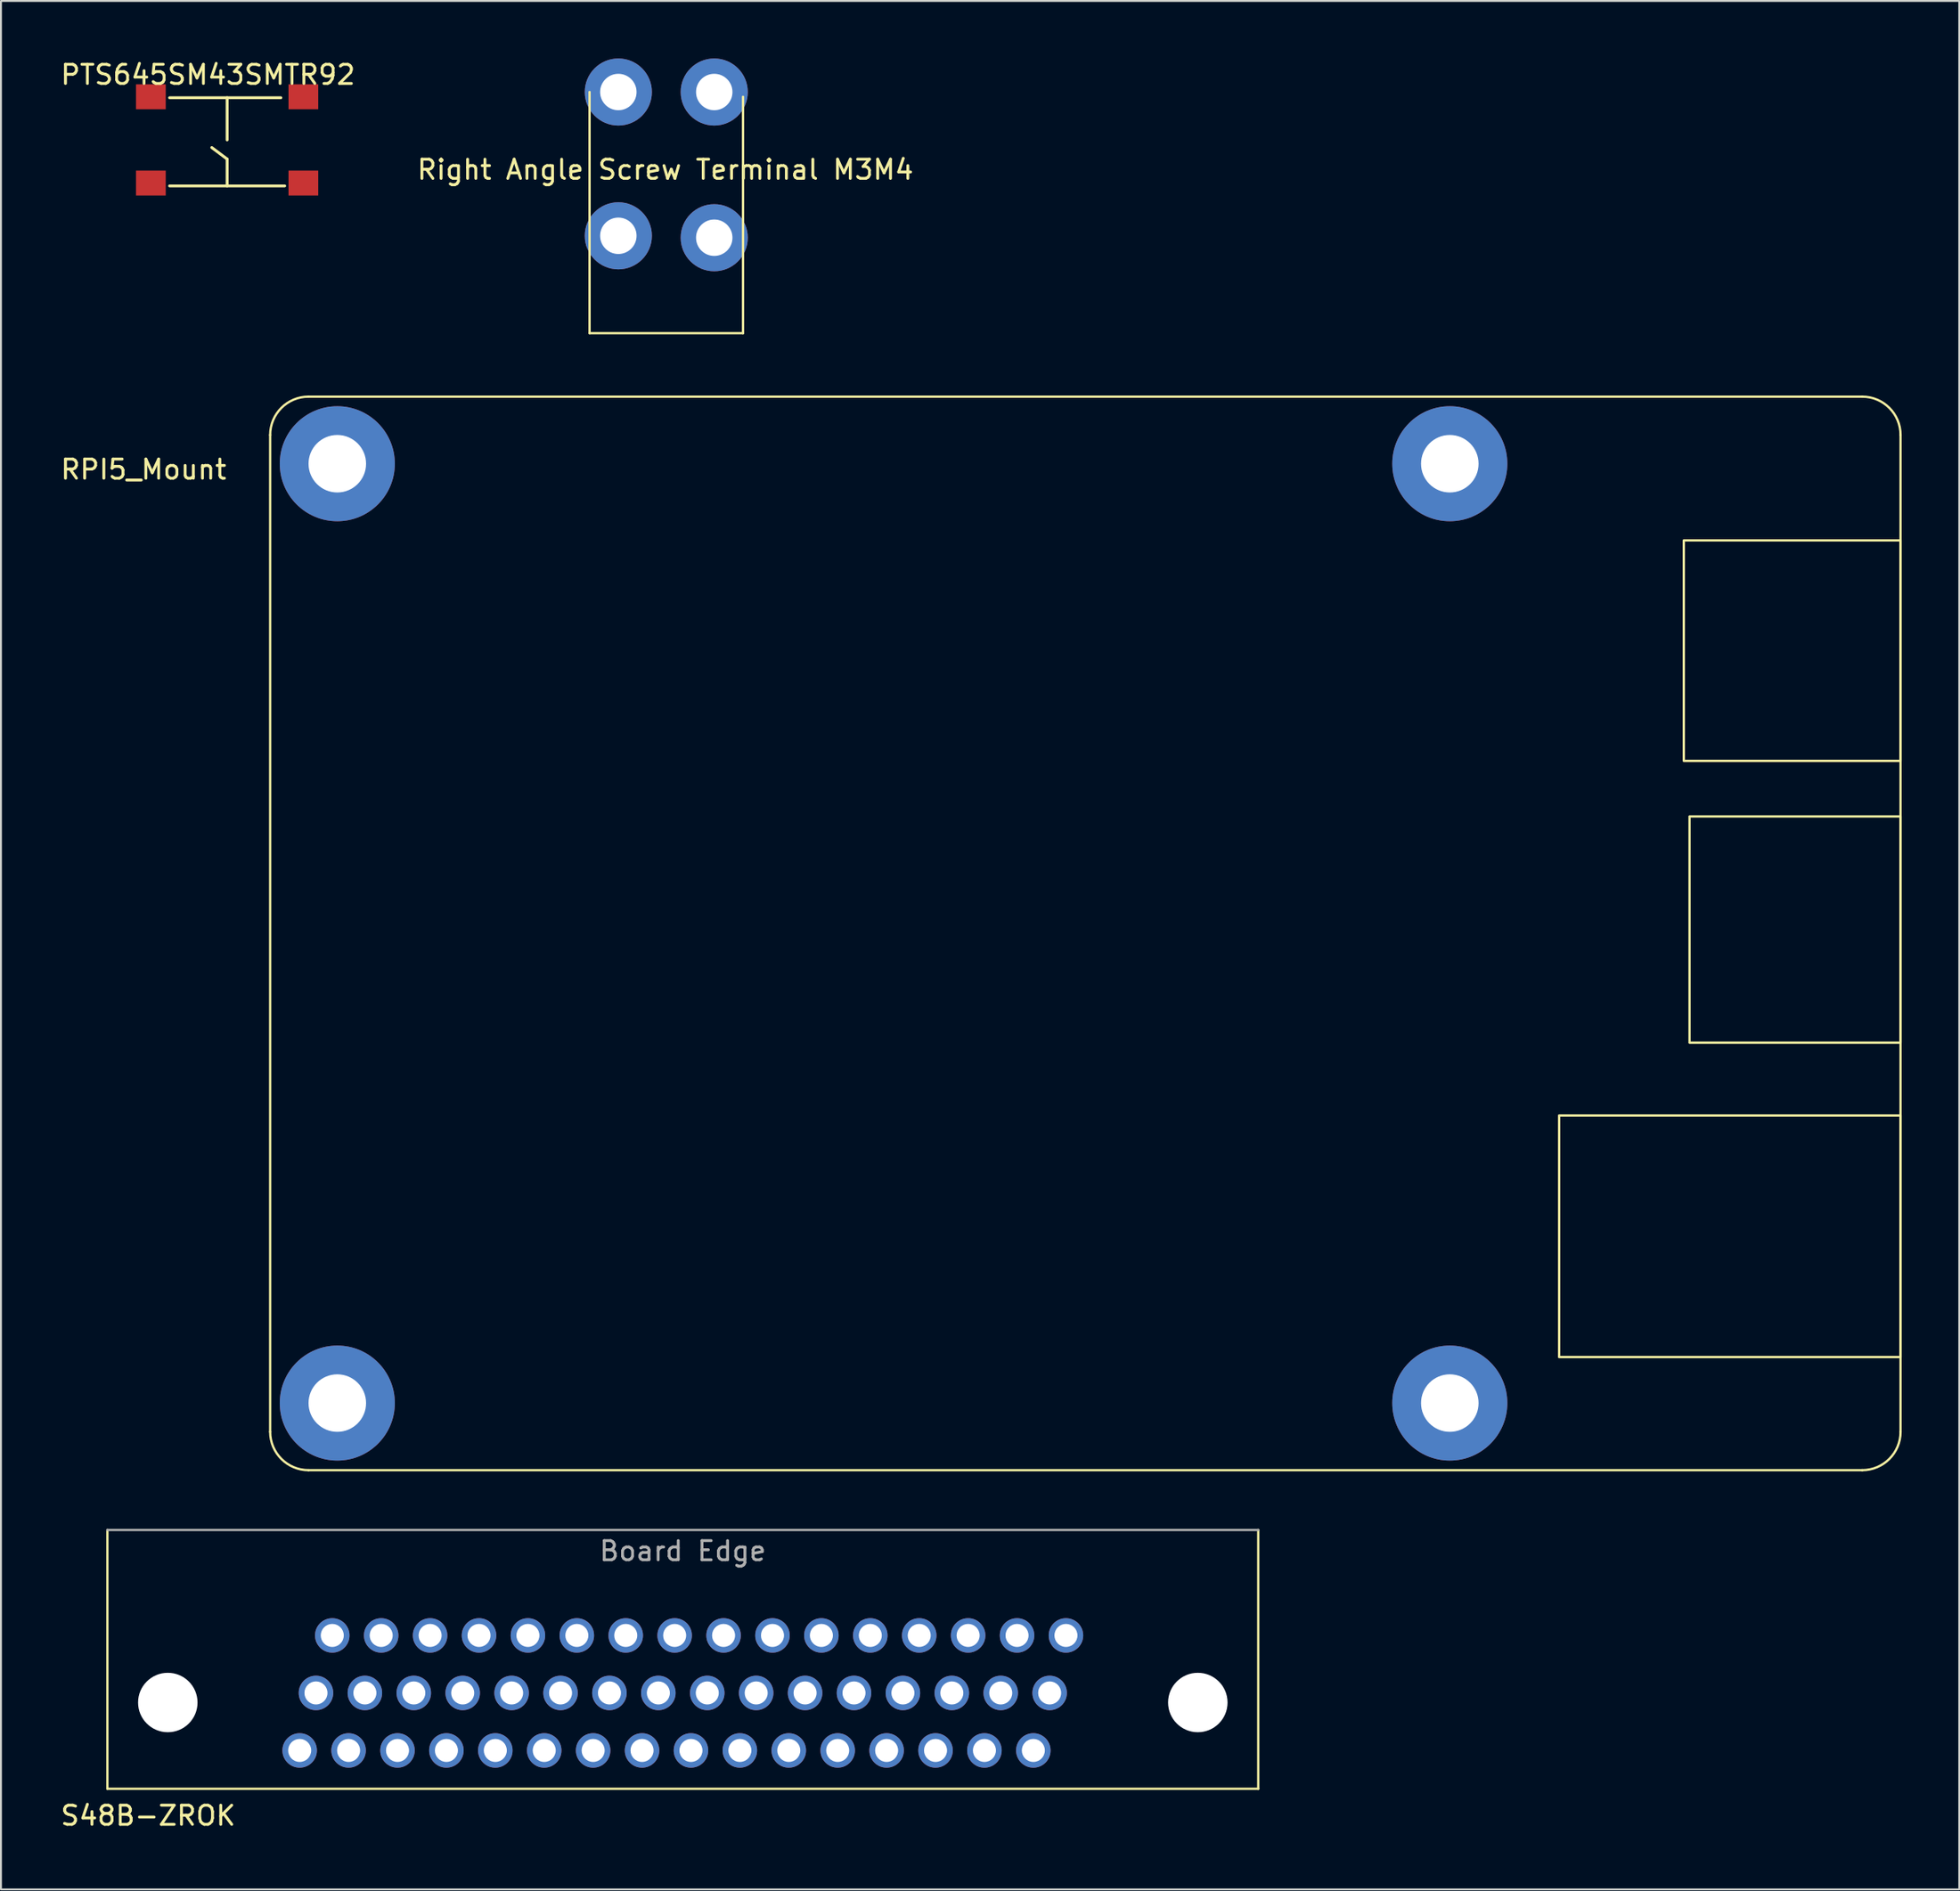
<source format=kicad_pcb>
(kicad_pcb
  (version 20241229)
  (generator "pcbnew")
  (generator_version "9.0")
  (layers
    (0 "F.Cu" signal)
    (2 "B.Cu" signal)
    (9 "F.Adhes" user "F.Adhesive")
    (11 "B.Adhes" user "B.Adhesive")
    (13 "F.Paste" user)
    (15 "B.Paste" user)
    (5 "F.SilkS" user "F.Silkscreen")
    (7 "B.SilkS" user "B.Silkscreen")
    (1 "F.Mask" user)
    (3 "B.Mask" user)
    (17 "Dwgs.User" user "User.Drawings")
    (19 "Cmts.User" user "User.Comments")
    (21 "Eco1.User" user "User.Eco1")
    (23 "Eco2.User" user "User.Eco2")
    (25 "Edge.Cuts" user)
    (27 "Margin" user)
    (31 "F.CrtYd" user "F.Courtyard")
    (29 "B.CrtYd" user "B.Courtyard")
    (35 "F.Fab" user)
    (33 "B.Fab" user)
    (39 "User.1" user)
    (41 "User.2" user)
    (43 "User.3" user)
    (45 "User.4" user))
  (footprint "PTS645SM43SMTR92"
    (layer "F.Cu")
    (at 8.792 4.248)
    (property "Reference" "PTS645SM43SMTR92" (at -1 -3.4 0) (layer "F.SilkS") (effects (font (size 1 1) (thickness 0.15))))
    (attr through_hole)
    (fp_line (start -3 -2.2) (end 2.8 -2.2) (stroke (width 0.15) (type solid)) (layer "F.SilkS"))
    (fp_line (start -3 2.4) (end 3 2.4) (stroke (width 0.15) (type solid)) (layer "F.SilkS"))
    (fp_line (start 0 -2.2) (end 0 0) (stroke (width 0.15) (type solid)) (layer "F.SilkS"))
    (fp_line (start 0 1) (end -0.8 0.4) (stroke (width 0.15) (type solid)) (layer "F.SilkS"))
    (fp_line (start 0 2.4) (end 0 1) (stroke (width 0.15) (type solid)) (layer "F.SilkS"))
    (pad "1" smd rect (at -3.975 -2.25) (size 1.55 1.3) (layers "F.Cu" "F.Mask" "F.Paste"))
    (pad "2" smd rect (at 3.975 -2.25) (size 1.55 1.3) (layers "F.Cu" "F.Mask" "F.Paste"))
    (pad "3" smd rect (at -3.975 2.25) (size 1.55 1.3) (layers "F.Cu" "F.Mask" "F.Paste"))
    (pad "4" smd rect (at 3.975 2.25) (size 1.55 1.3) (layers "F.Cu" "F.Mask" "F.Paste")))
  (footprint "RPI5_Mount"
    (layer "F.Cu")
    (at 11.035 17.64)
    (property "Reference" "RPI5_Mount" (at -6.6 3.8 0) (unlocked yes) (layer "F.SilkS") (effects (font (size 1 1) (thickness 0.15))))
    (attr through_hole)
    (fp_line (start 0 54) (end 0 2) (stroke (width 0.12) (type default)) (layer "F.SilkS"))
    (fp_line (start 2 0) (end 83 0) (stroke (width 0.12) (type default)) (layer "F.SilkS"))
    (fp_line (start 83 56) (end 2 56) (stroke (width 0.12) (type default)) (layer "F.SilkS"))
    (fp_line (start 85 2) (end 85 54) (stroke (width 0.12) (type default)) (layer "F.SilkS"))
    (fp_rect (start 67.2 37.5) (end 85 50.1) (stroke (width 0.12) (type default)) (fill no) (layer "F.SilkS"))
    (fp_rect (start 85 19) (end 73.7 7.5) (stroke (width 0.12) (type default)) (fill no) (layer "F.SilkS"))
    (fp_rect (start 85 33.7) (end 74 21.9) (stroke (width 0.12) (type default)) (fill no) (layer "F.SilkS"))
    (fp_arc (start 0 2) (mid 0.585786 0.585786) (end 2 0) (stroke (width 0.12) (type default)) (layer "F.SilkS"))
    (fp_arc (start 2 56) (mid 0.585786 55.414214) (end 0 54) (stroke (width 0.12) (type default)) (layer "F.SilkS"))
    (fp_arc (start 83 0) (mid 84.414214 0.585786) (end 85 2) (stroke (width 0.12) (type default)) (layer "F.SilkS"))
    (fp_arc (start 85 54) (mid 84.414214 55.414214) (end 83 56) (stroke (width 0.12) (type default)) (layer "F.SilkS"))
    (fp_line (start 0 26.9) (end 6 26.9) (stroke (width 0.12) (type default)) (layer "User.1"))
    (fp_text user "FFC Centre" (at 6.5 27.3 0) (unlocked yes) (layer "User.1") (effects (font (size 1 1) (thickness 0.15)) (justify left bottom)))
    (pad "1" thru_hole circle (at 3.5 3.5) (size 6 6) (drill 3) (layers "*.Cu" "*.Mask"))
    (pad "1" thru_hole circle (at 3.5 52.5) (size 6 6) (drill 3) (layers "*.Cu" "*.Mask"))
    (pad "1" thru_hole circle (at 61.5 3.5) (size 6 6) (drill 3) (layers "*.Cu" "*.Mask"))
    (pad "1" thru_hole circle (at 61.5 52.5) (size 6 6) (drill 3) (layers "*.Cu" "*.Mask")))
  (footprint "S48B-ZROK"
    (layer "F.Cu")
    (at 32.548 88.26)
    (property "Reference" "S48B-ZROK" (at -27.875 3.4 0) (layer "F.SilkS") (effects (font (size 1 1) (thickness 0.15))))
    (attr through_hole)
    (fp_line (start -30 -11.5) (end -30 2) (stroke (width 0.12) (type solid)) (layer "F.SilkS"))
    (fp_line (start -30 2) (end 30 2) (stroke (width 0.12) (type solid)) (layer "F.SilkS"))
    (fp_line (start 30 2) (end 30 -11.5) (stroke (width 0.12) (type solid)) (layer "F.SilkS"))
    (fp_line (start -30 -11.5) (end 30 -11.5) (stroke (width 0.12) (type solid)) (layer "F.Fab"))
    (fp_text user "Board Edge" (at 0 -10.4 0) (layer "F.Fab") (effects (font (size 1 1) (thickness 0.15))))
    (pad "" np_thru_hole circle (at -26.85 -2.5) (size 3.1 3.1) (drill 3.1) (layers "*.Cu" "*.Mask"))
    (pad "" np_thru_hole circle (at 26.85 -2.5) (size 3.1 3.1) (drill 3.1) (layers "*.Cu" "*.Mask"))
    (pad "1" thru_hole circle (at 18.275 0) (size 1.8 1.8) (drill 1.2) (layers "*.Cu" "*.Mask"))
    (pad "2" thru_hole circle (at 15.725 0) (size 1.8 1.8) (drill 1.2) (layers "*.Cu" "*.Mask"))
    (pad "3" thru_hole circle (at 13.175 0) (size 1.8 1.8) (drill 1.2) (layers "*.Cu" "*.Mask"))
    (pad "4" thru_hole circle (at 10.625 0) (size 1.8 1.8) (drill 1.2) (layers "*.Cu" "*.Mask"))
    (pad "5" thru_hole circle (at 8.075 0) (size 1.8 1.8) (drill 1.2) (layers "*.Cu" "*.Mask"))
    (pad "6" thru_hole circle (at 5.525 0) (size 1.8 1.8) (drill 1.2) (layers "*.Cu" "*.Mask"))
    (pad "7" thru_hole circle (at 2.975 0) (size 1.8 1.8) (drill 1.2) (layers "*.Cu" "*.Mask"))
    (pad "8" thru_hole circle (at 0.425 0) (size 1.8 1.8) (drill 1.2) (layers "*.Cu" "*.Mask"))
    (pad "9" thru_hole circle (at -2.125 0) (size 1.8 1.8) (drill 1.2) (layers "*.Cu" "*.Mask"))
    (pad "10" thru_hole circle (at -4.675 0) (size 1.8 1.8) (drill 1.2) (layers "*.Cu" "*.Mask"))
    (pad "11" thru_hole circle (at -7.225 0) (size 1.8 1.8) (drill 1.2) (layers "*.Cu" "*.Mask"))
    (pad "12" thru_hole circle (at -9.775 0) (size 1.8 1.8) (drill 1.2) (layers "*.Cu" "*.Mask"))
    (pad "13" thru_hole circle (at -12.325 0) (size 1.8 1.8) (drill 1.2) (layers "*.Cu" "*.Mask"))
    (pad "14" thru_hole circle (at -14.875 0) (size 1.8 1.8) (drill 1.2) (layers "*.Cu" "*.Mask"))
    (pad "15" thru_hole circle (at -17.425 0) (size 1.8 1.8) (drill 1.2) (layers "*.Cu" "*.Mask"))
    (pad "16" thru_hole circle (at -19.975 0) (size 1.8 1.8) (drill 1.2) (layers "*.Cu" "*.Mask"))
    (pad "17" thru_hole circle (at 19.125 -3) (size 1.8 1.8) (drill 1.2) (layers "*.Cu" "*.Mask"))
    (pad "18" thru_hole circle (at 16.575 -3) (size 1.8 1.8) (drill 1.2) (layers "*.Cu" "*.Mask"))
    (pad "19" thru_hole circle (at 14.025 -3) (size 1.8 1.8) (drill 1.2) (layers "*.Cu" "*.Mask"))
    (pad "20" thru_hole circle (at 11.475 -3) (size 1.8 1.8) (drill 1.2) (layers "*.Cu" "*.Mask"))
    (pad "21" thru_hole circle (at 8.925 -3) (size 1.8 1.8) (drill 1.2) (layers "*.Cu" "*.Mask"))
    (pad "22" thru_hole circle (at 6.375 -3) (size 1.8 1.8) (drill 1.2) (layers "*.Cu" "*.Mask"))
    (pad "23" thru_hole circle (at 3.825 -3) (size 1.8 1.8) (drill 1.2) (layers "*.Cu" "*.Mask"))
    (pad "24" thru_hole circle (at 1.275 -3) (size 1.8 1.8) (drill 1.2) (layers "*.Cu" "*.Mask"))
    (pad "25" thru_hole circle (at -1.275 -3) (size 1.8 1.8) (drill 1.2) (layers "*.Cu" "*.Mask"))
    (pad "26" thru_hole circle (at -3.825 -3) (size 1.8 1.8) (drill 1.2) (layers "*.Cu" "*.Mask"))
    (pad "27" thru_hole circle (at -6.375 -3) (size 1.8 1.8) (drill 1.2) (layers "*.Cu" "*.Mask"))
    (pad "28" thru_hole circle (at -8.925 -3) (size 1.8 1.8) (drill 1.2) (layers "*.Cu" "*.Mask"))
    (pad "29" thru_hole circle (at -11.475 -3) (size 1.8 1.8) (drill 1.2) (layers "*.Cu" "*.Mask"))
    (pad "30" thru_hole circle (at -14.025 -3) (size 1.8 1.8) (drill 1.2) (layers "*.Cu" "*.Mask"))
    (pad "31" thru_hole circle (at -16.575 -3) (size 1.8 1.8) (drill 1.2) (layers "*.Cu" "*.Mask"))
    (pad "32" thru_hole circle (at -19.125 -3) (size 1.8 1.8) (drill 1.2) (layers "*.Cu" "*.Mask"))
    (pad "33" thru_hole circle (at 19.975 -6) (size 1.8 1.8) (drill 1.2) (layers "*.Cu" "*.Mask"))
    (pad "34" thru_hole circle (at 17.425 -6) (size 1.8 1.8) (drill 1.2) (layers "*.Cu" "*.Mask"))
    (pad "35" thru_hole circle (at 14.875 -6) (size 1.8 1.8) (drill 1.2) (layers "*.Cu" "*.Mask"))
    (pad "36" thru_hole circle (at 12.325 -6) (size 1.8 1.8) (drill 1.2) (layers "*.Cu" "*.Mask"))
    (pad "37" thru_hole circle (at 9.775 -6) (size 1.8 1.8) (drill 1.2) (layers "*.Cu" "*.Mask"))
    (pad "38" thru_hole circle (at 7.225 -6) (size 1.8 1.8) (drill 1.2) (layers "*.Cu" "*.Mask"))
    (pad "39" thru_hole circle (at 4.675 -6) (size 1.8 1.8) (drill 1.2) (layers "*.Cu" "*.Mask"))
    (pad "40" thru_hole circle (at 2.125 -6) (size 1.8 1.8) (drill 1.2) (layers "*.Cu" "*.Mask"))
    (pad "41" thru_hole circle (at -0.425 -6) (size 1.8 1.8) (drill 1.2) (layers "*.Cu" "*.Mask"))
    (pad "42" thru_hole circle (at -2.975 -6) (size 1.8 1.8) (drill 1.2) (layers "*.Cu" "*.Mask"))
    (pad "43" thru_hole circle (at -5.525 -6) (size 1.8 1.8) (drill 1.2) (layers "*.Cu" "*.Mask"))
    (pad "44" thru_hole circle (at -8.075 -6) (size 1.8 1.8) (drill 1.2) (layers "*.Cu" "*.Mask"))
    (pad "45" thru_hole circle (at -10.625 -6) (size 1.8 1.8) (drill 1.2) (layers "*.Cu" "*.Mask"))
    (pad "46" thru_hole circle (at -13.175 -6) (size 1.8 1.8) (drill 1.2) (layers "*.Cu" "*.Mask"))
    (pad "47" thru_hole circle (at -15.725 -6) (size 1.8 1.8) (drill 1.2) (layers "*.Cu" "*.Mask"))
    (pad "48" thru_hole circle (at -18.275 -6) (size 1.8 1.8) (drill 1.2) (layers "*.Cu" "*.Mask")))
  (footprint "Right Angle Screw Terminal M3M4"
    (layer "F.Cu")
    (at 31.687 9.25)
    (property "Reference" "Right Angle Screw Terminal M3M4" (at -0.05 -3.45 0) (layer "F.SilkS") (effects (font (size 1 1) (thickness 0.15))))
    (attr through_hole)
    (fp_line (start -4 -7.5) (end -4 5.08) (stroke (width 0.12) (type solid)) (layer "F.SilkS"))
    (fp_line (start -4 5.08) (end 4 5.08) (stroke (width 0.12) (type solid)) (layer "F.SilkS"))
    (fp_line (start 4 5.08) (end 4 -7.25) (stroke (width 0.12) (type solid)) (layer "F.SilkS"))
    (pad "1" thru_hole circle (at -2.5 -7.5) (size 3.5 3.5) (drill 1.9) (layers "*.Cu" "*.Mask"))
    (pad "1" thru_hole circle (at -2.5 0) (size 3.5 3.5) (drill 1.9) (layers "*.Cu" "*.Mask"))
    (pad "1" thru_hole circle (at 2.5 -7.5) (size 3.5 3.5) (drill 1.9) (layers "*.Cu" "*.Mask"))
    (pad "1" thru_hole circle (at 2.5 0.1) (size 3.5 3.5) (drill 1.9) (layers "*.Cu" "*.Mask")))
  (gr_rect
    (start -3 -3)
    (end 99.095 95.508)
    (stroke (width 0.1) (type default))
    (fill no)
    (layer "Edge.Cuts")))
</source>
